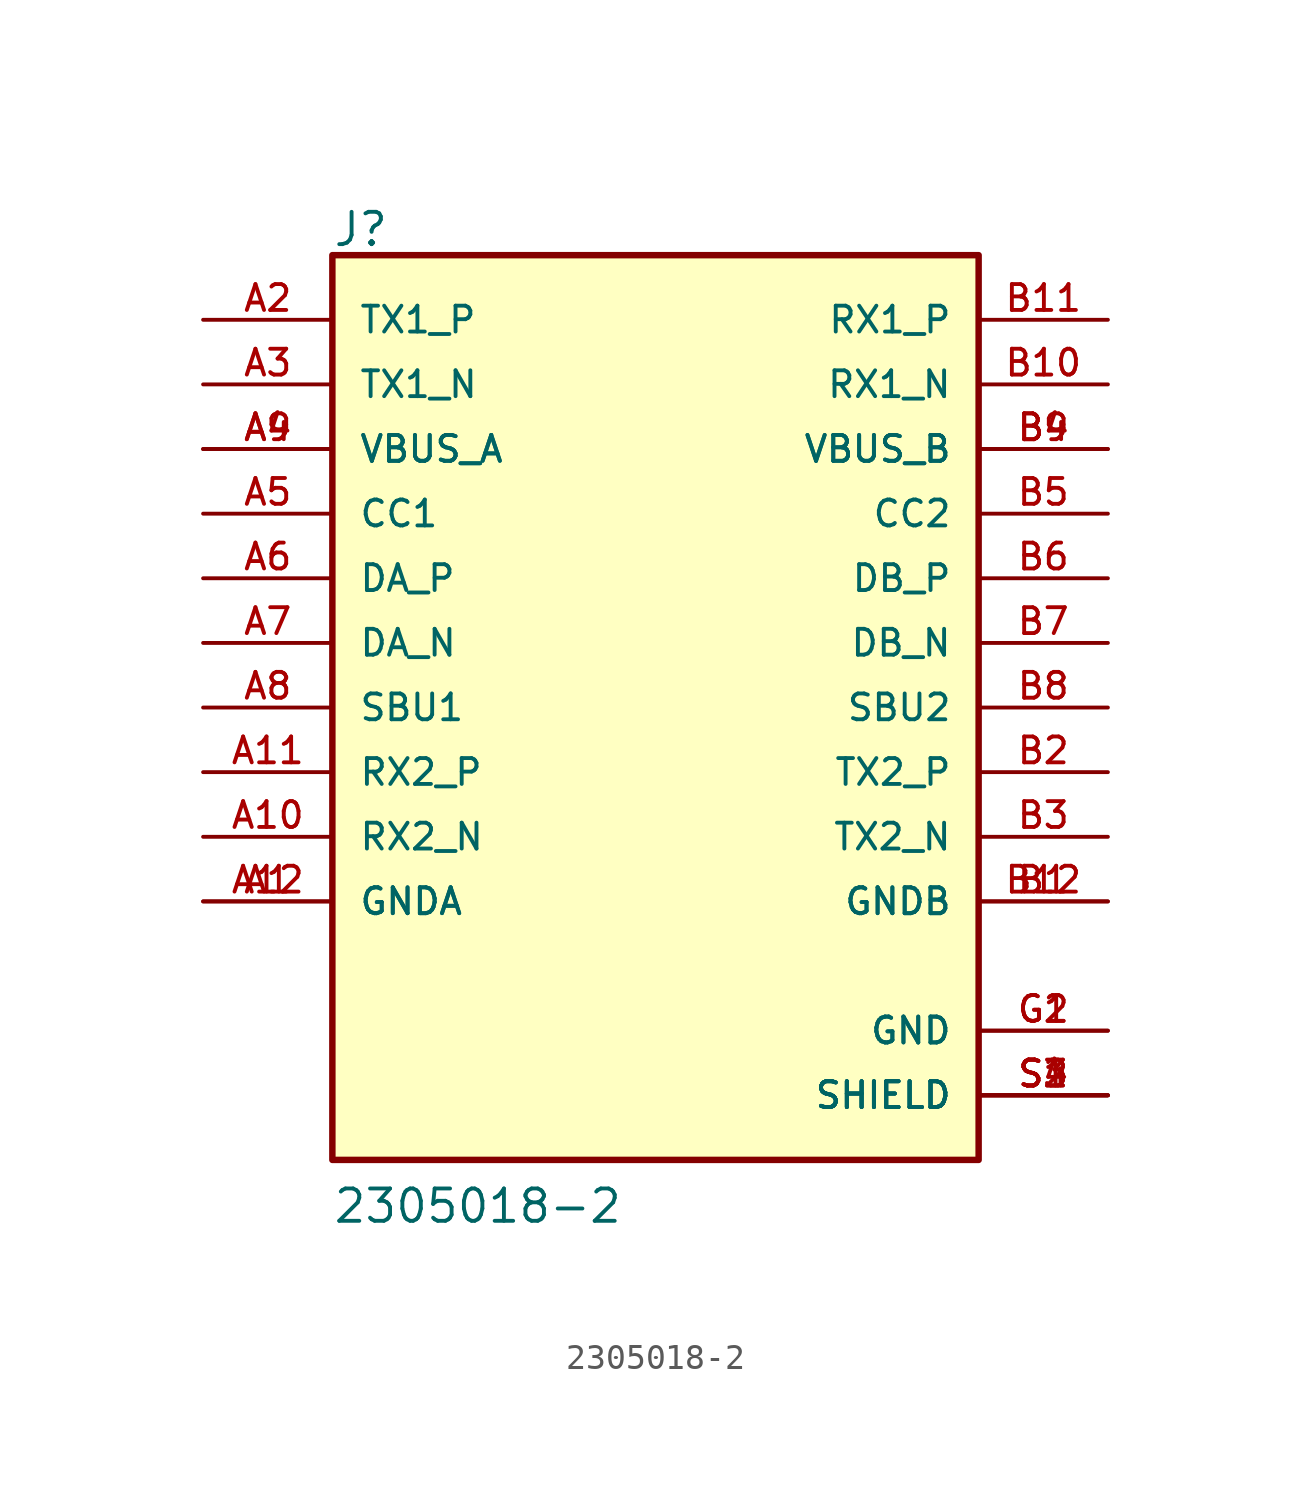
<source format=kicad_sym>
(kicad_symbol_lib
  (version 20211014)
  (generator kicad_symbol_editor)
  (symbol "2305018-2"
    (pin_names
      (offset 1.016))
    (property "Reference" "J"
      (at -12.71 18.049 0)
      (effects (font (size 1.27 1.27)) (justify bottom left)))
    (property "Value" "2305018-2"
      (at -12.71 -20.336 0)
      (effects (font (size 1.27 1.27)) (justify bottom left)))
    (symbol "2305018-2_0_0"
      (rectangle (start -12.7 -17.78) (end 12.7 17.78) (stroke (width 0.254)) (fill (type background)))
      (pin passive line (at -17.78 15.24 0) (length 5.08) (name "TX1_P" (effects (font (size 1.016 1.016)))) (number "A2" (effects (font (size 1.016 1.016)))))
      (pin passive line (at -17.78 12.7 0) (length 5.08) (name "TX1_N" (effects (font (size 1.016 1.016)))) (number "A3" (effects (font (size 1.016 1.016)))))
      (pin passive line (at -17.78 10.16 0) (length 5.08) (name "VBUS_A" (effects (font (size 1.016 1.016)))) (number "A4" (effects (font (size 1.016 1.016)))))
      (pin passive line (at -17.78 10.16 0) (length 5.08) (name "VBUS_A" (effects (font (size 1.016 1.016)))) (number "A9" (effects (font (size 1.016 1.016)))))
      (pin passive line (at -17.78 7.62 0) (length 5.08) (name "CC1" (effects (font (size 1.016 1.016)))) (number "A5" (effects (font (size 1.016 1.016)))))
      (pin passive line (at -17.78 5.08 0) (length 5.08) (name "DA_P" (effects (font (size 1.016 1.016)))) (number "A6" (effects (font (size 1.016 1.016)))))
      (pin passive line (at -17.78 2.54 0) (length 5.08) (name "DA_N" (effects (font (size 1.016 1.016)))) (number "A7" (effects (font (size 1.016 1.016)))))
      (pin passive line (at -17.78 0.0 0) (length 5.08) (name "SBU1" (effects (font (size 1.016 1.016)))) (number "A8" (effects (font (size 1.016 1.016)))))
      (pin passive line (at -17.78 -2.54 0) (length 5.08) (name "RX2_P" (effects (font (size 1.016 1.016)))) (number "A11" (effects (font (size 1.016 1.016)))))
      (pin passive line (at -17.78 -5.08 0) (length 5.08) (name "RX2_N" (effects (font (size 1.016 1.016)))) (number "A10" (effects (font (size 1.016 1.016)))))
      (pin passive line (at -17.78 -7.62 0) (length 5.08) (name "GNDA" (effects (font (size 1.016 1.016)))) (number "A1" (effects (font (size 1.016 1.016)))))
      (pin passive line (at -17.78 -7.62 0) (length 5.08) (name "GNDA" (effects (font (size 1.016 1.016)))) (number "A12" (effects (font (size 1.016 1.016)))))
      (pin passive line (at 17.78 15.24 180.0) (length 5.08) (name "RX1_P" (effects (font (size 1.016 1.016)))) (number "B11" (effects (font (size 1.016 1.016)))))
      (pin passive line (at 17.78 12.7 180.0) (length 5.08) (name "RX1_N" (effects (font (size 1.016 1.016)))) (number "B10" (effects (font (size 1.016 1.016)))))
      (pin passive line (at 17.78 10.16 180.0) (length 5.08) (name "VBUS_B" (effects (font (size 1.016 1.016)))) (number "B4" (effects (font (size 1.016 1.016)))))
      (pin passive line (at 17.78 10.16 180.0) (length 5.08) (name "VBUS_B" (effects (font (size 1.016 1.016)))) (number "B9" (effects (font (size 1.016 1.016)))))
      (pin passive line (at 17.78 7.62 180.0) (length 5.08) (name "CC2" (effects (font (size 1.016 1.016)))) (number "B5" (effects (font (size 1.016 1.016)))))
      (pin passive line (at 17.78 5.08 180.0) (length 5.08) (name "DB_P" (effects (font (size 1.016 1.016)))) (number "B6" (effects (font (size 1.016 1.016)))))
      (pin passive line (at 17.78 2.54 180.0) (length 5.08) (name "DB_N" (effects (font (size 1.016 1.016)))) (number "B7" (effects (font (size 1.016 1.016)))))
      (pin passive line (at 17.78 0.0 180.0) (length 5.08) (name "SBU2" (effects (font (size 1.016 1.016)))) (number "B8" (effects (font (size 1.016 1.016)))))
      (pin passive line (at 17.78 -2.54 180.0) (length 5.08) (name "TX2_P" (effects (font (size 1.016 1.016)))) (number "B2" (effects (font (size 1.016 1.016)))))
      (pin passive line (at 17.78 -5.08 180.0) (length 5.08) (name "TX2_N" (effects (font (size 1.016 1.016)))) (number "B3" (effects (font (size 1.016 1.016)))))
      (pin passive line (at 17.78 -7.62 180.0) (length 5.08) (name "GNDB" (effects (font (size 1.016 1.016)))) (number "B1" (effects (font (size 1.016 1.016)))))
      (pin passive line (at 17.78 -7.62 180.0) (length 5.08) (name "GNDB" (effects (font (size 1.016 1.016)))) (number "B12" (effects (font (size 1.016 1.016)))))
      (pin power_in line (at 17.78 -12.7 180.0) (length 5.08) (name "GND" (effects (font (size 1.016 1.016)))) (number "G1" (effects (font (size 1.016 1.016)))))
      (pin power_in line (at 17.78 -12.7 180.0) (length 5.08) (name "GND" (effects (font (size 1.016 1.016)))) (number "G2" (effects (font (size 1.016 1.016)))))
      (pin power_in line (at 17.78 -15.24 180.0) (length 5.08) (name "SHIELD" (effects (font (size 1.016 1.016)))) (number "S1" (effects (font (size 1.016 1.016)))))
      (pin power_in line (at 17.78 -15.24 180.0) (length 5.08) (name "SHIELD" (effects (font (size 1.016 1.016)))) (number "S2" (effects (font (size 1.016 1.016)))))
      (pin power_in line (at 17.78 -15.24 180.0) (length 5.08) (name "SHIELD" (effects (font (size 1.016 1.016)))) (number "S3" (effects (font (size 1.016 1.016)))))
      (pin power_in line (at 17.78 -15.24 180.0) (length 5.08) (name "SHIELD" (effects (font (size 1.016 1.016)))) (number "S4" (effects (font (size 1.016 1.016))))))))
</source>
